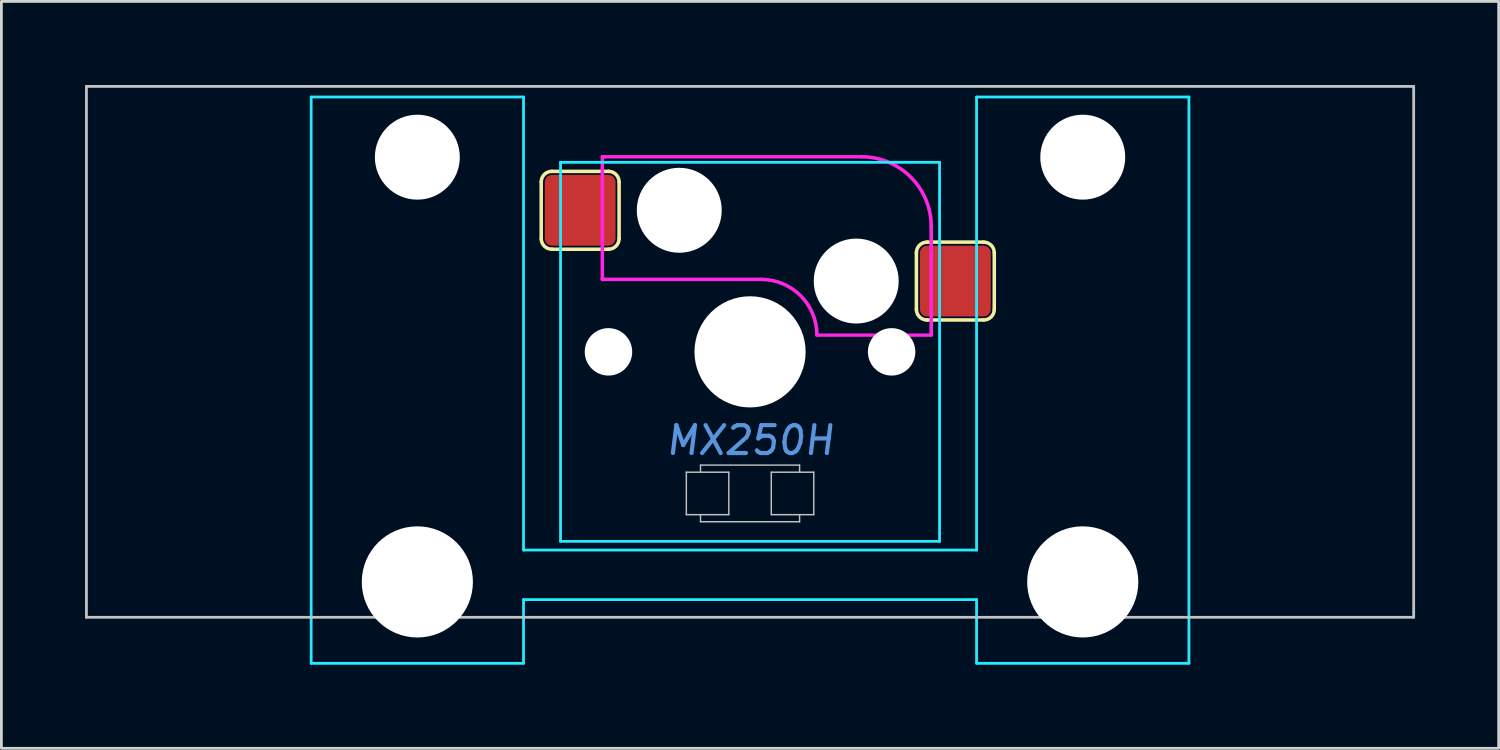
<source format=kicad_pcb>
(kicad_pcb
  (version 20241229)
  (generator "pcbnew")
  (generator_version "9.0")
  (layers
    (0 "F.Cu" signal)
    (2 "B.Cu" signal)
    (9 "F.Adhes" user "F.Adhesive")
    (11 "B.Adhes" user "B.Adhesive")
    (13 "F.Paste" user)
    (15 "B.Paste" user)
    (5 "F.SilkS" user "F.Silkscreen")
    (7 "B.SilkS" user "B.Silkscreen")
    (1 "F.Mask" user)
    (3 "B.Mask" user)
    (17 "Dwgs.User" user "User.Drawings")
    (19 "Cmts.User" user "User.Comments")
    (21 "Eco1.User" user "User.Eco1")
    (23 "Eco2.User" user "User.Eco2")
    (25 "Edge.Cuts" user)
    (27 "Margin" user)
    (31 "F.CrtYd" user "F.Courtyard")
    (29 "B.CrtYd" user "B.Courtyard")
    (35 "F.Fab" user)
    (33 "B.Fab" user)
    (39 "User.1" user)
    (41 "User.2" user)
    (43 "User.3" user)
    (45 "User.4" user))
  (footprint "MX250H"
    (layer "F.Cu")
    (at 23.863 9.575)
    (property "Reference" "MX250H" (at 0 3.175 0) (layer "Cmts.User") (effects (font (size 1 1) (thickness 0.15) (italic yes))))
    (attr smd)
    (fp_line (start -7.493 -6.096) (end -7.493 -4.064) (stroke (width 0.127) (type solid)) (layer "F.SilkS"))
    (fp_line (start -7.112 -3.683) (end -5.08 -3.683) (stroke (width 0.127) (type solid)) (layer "F.SilkS"))
    (fp_line (start -5.08 -6.477) (end -7.112 -6.477) (stroke (width 0.127) (type solid)) (layer "F.SilkS"))
    (fp_line (start -4.699 -4.064) (end -4.699 -6.096) (stroke (width 0.127) (type solid)) (layer "F.SilkS"))
    (fp_line (start 5.969 -3.556) (end 5.969 -1.524) (stroke (width 0.127) (type solid)) (layer "F.SilkS"))
    (fp_line (start 6.35 -1.143) (end 8.382 -1.143) (stroke (width 0.127) (type solid)) (layer "F.SilkS"))
    (fp_line (start 8.382 -3.937) (end 6.35 -3.937) (stroke (width 0.127) (type solid)) (layer "F.SilkS"))
    (fp_line (start 8.763 -1.524) (end 8.763 -3.556) (stroke (width 0.127) (type solid)) (layer "F.SilkS"))
    (fp_arc (start -7.493 -6.096) (mid -7.381408 -6.365408) (end -7.112 -6.477) (stroke (width 0.127) (type solid)) (layer "F.SilkS"))
    (fp_arc (start -7.112 -3.683) (mid -7.381408 -3.794592) (end -7.493 -4.064) (stroke (width 0.127) (type solid)) (layer "F.SilkS"))
    (fp_arc (start -5.08 -6.477) (mid -4.810592 -6.365408) (end -4.699 -6.096) (stroke (width 0.127) (type solid)) (layer "F.SilkS"))
    (fp_arc (start -4.699 -4.064) (mid -4.810592 -3.794592) (end -5.08 -3.683) (stroke (width 0.127) (type solid)) (layer "F.SilkS"))
    (fp_arc (start 5.969 -3.556) (mid 6.080592 -3.825408) (end 6.35 -3.937) (stroke (width 0.127) (type solid)) (layer "F.SilkS"))
    (fp_arc (start 6.35 -1.143) (mid 6.080592 -1.254592) (end 5.969 -1.524) (stroke (width 0.127) (type solid)) (layer "F.SilkS"))
    (fp_arc (start 8.382 -3.937) (mid 8.651408 -3.825408) (end 8.763 -3.556) (stroke (width 0.127) (type solid)) (layer "F.SilkS"))
    (fp_arc (start 8.763 -1.524) (mid 8.651408 -1.254592) (end 8.382 -1.143) (stroke (width 0.127) (type solid)) (layer "F.SilkS"))
    (fp_line (start -23.812 -9.525) (end -23.812 9.525) (stroke (width 0.1) (type solid)) (layer "Dwgs.User"))
    (fp_line (start -23.812 -9.525) (end 23.812 -9.525) (stroke (width 0.1) (type solid)) (layer "Dwgs.User"))
    (fp_line (start -23.812 9.525) (end 23.812 9.525) (stroke (width 0.1) (type solid)) (layer "Dwgs.User"))
    (fp_line (start -2.286 4.318) (end -0.762 4.318) (stroke (width 0.051) (type solid)) (layer "Dwgs.User"))
    (fp_line (start -2.286 5.842) (end -2.286 4.318) (stroke (width 0.051) (type solid)) (layer "Dwgs.User"))
    (fp_line (start -1.778 4.064) (end 1.778 4.064) (stroke (width 0.051) (type solid)) (layer "Dwgs.User"))
    (fp_line (start -1.778 4.318) (end -1.778 4.064) (stroke (width 0.051) (type solid)) (layer "Dwgs.User"))
    (fp_line (start -1.778 6.096) (end -1.778 5.842) (stroke (width 0.051) (type solid)) (layer "Dwgs.User"))
    (fp_line (start -0.762 4.318) (end -0.762 5.842) (stroke (width 0.051) (type solid)) (layer "Dwgs.User"))
    (fp_line (start -0.762 5.842) (end -2.286 5.842) (stroke (width 0.051) (type solid)) (layer "Dwgs.User"))
    (fp_line (start 0.762 4.318) (end 2.286 4.318) (stroke (width 0.051) (type solid)) (layer "Dwgs.User"))
    (fp_line (start 0.762 5.842) (end 0.762 4.318) (stroke (width 0.051) (type solid)) (layer "Dwgs.User"))
    (fp_line (start 1.778 4.064) (end 1.778 4.318) (stroke (width 0.051) (type solid)) (layer "Dwgs.User"))
    (fp_line (start 1.778 5.842) (end 1.778 6.096) (stroke (width 0.051) (type solid)) (layer "Dwgs.User"))
    (fp_line (start 1.778 6.096) (end -1.778 6.096) (stroke (width 0.051) (type solid)) (layer "Dwgs.User"))
    (fp_line (start 2.286 4.318) (end 2.286 5.842) (stroke (width 0.051) (type solid)) (layer "Dwgs.User"))
    (fp_line (start 2.286 5.842) (end 0.762 5.842) (stroke (width 0.051) (type solid)) (layer "Dwgs.User"))
    (fp_line (start 23.812 -9.525) (end 23.812 9.525) (stroke (width 0.1) (type solid)) (layer "Dwgs.User"))
    (fp_line (start -17.17 -0.889) (end -17.17 -2.921) (stroke (width 0.1) (type solid)) (layer "Eco1.User"))
    (fp_line (start -16.789 -3.302) (end -16.535 -3.302) (stroke (width 0.1) (type solid)) (layer "Eco1.User"))
    (fp_line (start -16.535 -0.508) (end -16.789 -0.508) (stroke (width 0.1) (type solid)) (layer "Eco1.User"))
    (fp_line (start -16.154 -3.683) (end -16.154 -5.309) (stroke (width 0.1) (type solid)) (layer "Eco1.User"))
    (fp_line (start -16.154 6.223) (end -16.154 -0.127) (stroke (width 0.1) (type solid)) (layer "Eco1.User"))
    (fp_line (start -15.773 -5.69) (end -9.881 -5.69) (stroke (width 0.1) (type solid)) (layer "Eco1.User"))
    (fp_line (start -14.732 6.604) (end -15.773 6.604) (stroke (width 0.1) (type solid)) (layer "Eco1.User"))
    (fp_line (start -14.351 7.391) (end -14.351 6.985) (stroke (width 0.1) (type solid)) (layer "Eco1.User"))
    (fp_line (start -11.684 7.772) (end -13.97 7.772) (stroke (width 0.1) (type solid)) (layer "Eco1.User"))
    (fp_line (start -11.303 6.985) (end -11.303 7.391) (stroke (width 0.1) (type solid)) (layer "Eco1.User"))
    (fp_line (start -9.881 6.604) (end -10.922 6.604) (stroke (width 0.1) (type solid)) (layer "Eco1.User"))
    (fp_line (start -9.5 -5.309) (end -9.5 -5.258) (stroke (width 0.1) (type solid)) (layer "Eco1.User"))
    (fp_line (start -9.5 6.198) (end -9.5 6.223) (stroke (width 0.1) (type solid)) (layer "Eco1.User"))
    (fp_line (start -9.119 -4.877) (end -7.366 -4.877) (stroke (width 0.1) (type solid)) (layer "Eco1.User"))
    (fp_line (start -7.366 5.817) (end -9.119 5.817) (stroke (width 0.1) (type solid)) (layer "Eco1.User"))
    (fp_line (start -6.985 -5.258) (end -6.985 -6.604) (stroke (width 0.1) (type solid)) (layer "Eco1.User"))
    (fp_line (start -6.985 6.604) (end -6.985 6.197) (stroke (width 0.1) (type solid)) (layer "Eco1.User"))
    (fp_line (start -6.604 -6.985) (end 6.604 -6.985) (stroke (width 0.1) (type solid)) (layer "Eco1.User"))
    (fp_line (start 0 -2.159) (end 0 2.159) (stroke (width 0.1) (type solid)) (layer "Eco1.User"))
    (fp_line (start 2.159 0) (end -2.159 0) (stroke (width 0.1) (type solid)) (layer "Eco1.User"))
    (fp_line (start 6.604 6.985) (end -6.604 6.985) (stroke (width 0.1) (type solid)) (layer "Eco1.User"))
    (fp_line (start 6.985 -5.258) (end 6.985 -6.604) (stroke (width 0.1) (type solid)) (layer "Eco1.User"))
    (fp_line (start 6.985 6.604) (end 6.985 6.197) (stroke (width 0.1) (type solid)) (layer "Eco1.User"))
    (fp_line (start 7.366 5.817) (end 9.119 5.817) (stroke (width 0.1) (type solid)) (layer "Eco1.User"))
    (fp_line (start 9.119 -4.877) (end 7.366 -4.877) (stroke (width 0.1) (type solid)) (layer "Eco1.User"))
    (fp_line (start 9.5 -5.309) (end 9.5 -5.258) (stroke (width 0.1) (type solid)) (layer "Eco1.User"))
    (fp_line (start 9.5 6.198) (end 9.5 6.223) (stroke (width 0.1) (type solid)) (layer "Eco1.User"))
    (fp_line (start 9.881 6.604) (end 10.922 6.604) (stroke (width 0.1) (type solid)) (layer "Eco1.User"))
    (fp_line (start 11.303 6.985) (end 11.303 7.391) (stroke (width 0.1) (type solid)) (layer "Eco1.User"))
    (fp_line (start 11.684 7.772) (end 13.97 7.772) (stroke (width 0.1) (type solid)) (layer "Eco1.User"))
    (fp_line (start 14.351 7.391) (end 14.351 6.985) (stroke (width 0.1) (type solid)) (layer "Eco1.User"))
    (fp_line (start 14.732 6.604) (end 15.773 6.604) (stroke (width 0.1) (type solid)) (layer "Eco1.User"))
    (fp_line (start 15.773 -5.69) (end 9.881 -5.69) (stroke (width 0.1) (type solid)) (layer "Eco1.User"))
    (fp_line (start 16.154 -3.683) (end 16.154 -5.309) (stroke (width 0.1) (type solid)) (layer "Eco1.User"))
    (fp_line (start 16.154 6.223) (end 16.154 -0.127) (stroke (width 0.1) (type solid)) (layer "Eco1.User"))
    (fp_line (start 16.535 -0.508) (end 16.789 -0.508) (stroke (width 0.1) (type solid)) (layer "Eco1.User"))
    (fp_line (start 16.789 -3.302) (end 16.535 -3.302) (stroke (width 0.1) (type solid)) (layer "Eco1.User"))
    (fp_line (start 17.17 -0.889) (end 17.17 -2.921) (stroke (width 0.1) (type solid)) (layer "Eco1.User"))
    (fp_arc (start -17.1704 -2.921) (mid -17.058808 -3.190408) (end -16.7894 -3.302) (stroke (width 0.1) (type solid)) (layer "Eco1.User"))
    (fp_arc (start -16.7894 -0.508) (mid -17.058808 -0.619592) (end -17.1704 -0.889) (stroke (width 0.1) (type solid)) (layer "Eco1.User"))
    (fp_arc (start -16.5354 -0.508) (mid -16.265992 -0.396408) (end -16.1544 -0.127) (stroke (width 0.1) (type solid)) (layer "Eco1.User"))
    (fp_arc (start -16.1544 -5.3086) (mid -16.042808 -5.578008) (end -15.7734 -5.6896) (stroke (width 0.1) (type solid)) (layer "Eco1.User"))
    (fp_arc (start -16.1544 -3.683) (mid -16.265992 -3.413592) (end -16.5354 -3.302) (stroke (width 0.1) (type solid)) (layer "Eco1.User"))
    (fp_arc (start -15.7734 6.604) (mid -16.042808 6.492408) (end -16.1544 6.223) (stroke (width 0.1) (type solid)) (layer "Eco1.User"))
    (fp_arc (start -14.732 6.604) (mid -14.462592 6.715592) (end -14.351 6.985) (stroke (width 0.1) (type solid)) (layer "Eco1.User"))
    (fp_arc (start -13.97 7.7724) (mid -14.239408 7.660808) (end -14.351 7.3914) (stroke (width 0.1) (type solid)) (layer "Eco1.User"))
    (fp_arc (start -11.303 6.985) (mid -11.191408 6.715592) (end -10.922 6.604) (stroke (width 0.1) (type solid)) (layer "Eco1.User"))
    (fp_arc (start -11.303 7.3914) (mid -11.414592 7.660808) (end -11.684 7.7724) (stroke (width 0.1) (type solid)) (layer "Eco1.User"))
    (fp_arc (start -9.8806 -5.6896) (mid -9.611192 -5.578008) (end -9.4996 -5.3086) (stroke (width 0.1) (type solid)) (layer "Eco1.User"))
    (fp_arc (start -9.4996 6.1976) (mid -9.388008 5.928192) (end -9.1186 5.8166) (stroke (width 0.1) (type solid)) (layer "Eco1.User"))
    (fp_arc (start -9.4996 6.223) (mid -9.611192 6.492408) (end -9.8806 6.604) (stroke (width 0.1) (type solid)) (layer "Eco1.User"))
    (fp_arc (start -9.1186 -4.8768) (mid -9.388008 -4.988392) (end -9.4996 -5.2578) (stroke (width 0.1) (type solid)) (layer "Eco1.User"))
    (fp_arc (start -7.366 5.8166) (mid -7.096592 5.928192) (end -6.985 6.1976) (stroke (width 0.1) (type solid)) (layer "Eco1.User"))
    (fp_arc (start -6.985 -6.604) (mid -6.873408 -6.873408) (end -6.604 -6.985) (stroke (width 0.1) (type solid)) (layer "Eco1.User"))
    (fp_arc (start -6.985 -5.2578) (mid -7.096592 -4.988392) (end -7.366 -4.8768) (stroke (width 0.1) (type solid)) (layer "Eco1.User"))
    (fp_arc (start -6.604 6.985) (mid -6.873408 6.873408) (end -6.985 6.604) (stroke (width 0.1) (type solid)) (layer "Eco1.User"))
    (fp_arc (start 6.604 -6.985) (mid 6.873408 -6.873408) (end 6.985 -6.604) (stroke (width 0.1) (type solid)) (layer "Eco1.User"))
    (fp_arc (start 6.985 6.1976) (mid 7.096592 5.928192) (end 7.366 5.8166) (stroke (width 0.1) (type solid)) (layer "Eco1.User"))
    (fp_arc (start 6.985 6.604) (mid 6.873408 6.873408) (end 6.604 6.985) (stroke (width 0.1) (type solid)) (layer "Eco1.User"))
    (fp_arc (start 7.366 -4.8768) (mid 7.096592 -4.988392) (end 6.985 -5.2578) (stroke (width 0.1) (type solid)) (layer "Eco1.User"))
    (fp_arc (start 9.1186 5.8166) (mid 9.388008 5.928192) (end 9.4996 6.1976) (stroke (width 0.1) (type solid)) (layer "Eco1.User"))
    (fp_arc (start 9.4996 -5.3086) (mid 9.611192 -5.578008) (end 9.8806 -5.6896) (stroke (width 0.1) (type solid)) (layer "Eco1.User"))
    (fp_arc (start 9.4996 -5.2578) (mid 9.388008 -4.988392) (end 9.1186 -4.8768) (stroke (width 0.1) (type solid)) (layer "Eco1.User"))
    (fp_arc (start 9.8806 6.604) (mid 9.611192 6.492408) (end 9.4996 6.223) (stroke (width 0.1) (type solid)) (layer "Eco1.User"))
    (fp_arc (start 10.922 6.604) (mid 11.191408 6.715592) (end 11.303 6.985) (stroke (width 0.1) (type solid)) (layer "Eco1.User"))
    (fp_arc (start 11.684 7.7724) (mid 11.414592 7.660808) (end 11.303 7.3914) (stroke (width 0.1) (type solid)) (layer "Eco1.User"))
    (fp_arc (start 14.351 6.985) (mid 14.462592 6.715592) (end 14.732 6.604) (stroke (width 0.1) (type solid)) (layer "Eco1.User"))
    (fp_arc (start 14.351 7.3914) (mid 14.239408 7.660808) (end 13.97 7.7724) (stroke (width 0.1) (type solid)) (layer "Eco1.User"))
    (fp_arc (start 15.7734 -5.6896) (mid 16.042808 -5.578008) (end 16.1544 -5.3086) (stroke (width 0.1) (type solid)) (layer "Eco1.User"))
    (fp_arc (start 16.1544 -0.127) (mid 16.265992 -0.396408) (end 16.5354 -0.508) (stroke (width 0.1) (type solid)) (layer "Eco1.User"))
    (fp_arc (start 16.1544 6.223) (mid 16.042808 6.492408) (end 15.7734 6.604) (stroke (width 0.1) (type solid)) (layer "Eco1.User"))
    (fp_arc (start 16.5354 -3.302) (mid 16.265992 -3.413592) (end 16.1544 -3.683) (stroke (width 0.1) (type solid)) (layer "Eco1.User"))
    (fp_arc (start 16.7894 -3.302) (mid 17.058808 -3.190408) (end 17.1704 -2.921) (stroke (width 0.1) (type solid)) (layer "Eco1.User"))
    (fp_arc (start 17.1704 -0.889) (mid 17.058808 -0.619592) (end 16.7894 -0.508) (stroke (width 0.1) (type solid)) (layer "Eco1.User"))
    (fp_circle (center 0 0) (end 1.994 0) (stroke (width 0.1) (type solid)) (fill no) (layer "Eco1.User"))
    (fp_line (start -15.748 -9.144) (end -15.748 11.176) (stroke (width 0.1) (type solid)) (layer "B.CrtYd"))
    (fp_line (start -15.748 11.176) (end -8.128 11.176) (stroke (width 0.1) (type solid)) (layer "B.CrtYd"))
    (fp_line (start -8.128 -9.144) (end -15.748 -9.144) (stroke (width 0.1) (type solid)) (layer "B.CrtYd"))
    (fp_line (start -8.128 7.112) (end -8.128 -9.144) (stroke (width 0.1) (type solid)) (layer "B.CrtYd"))
    (fp_line (start -8.128 7.112) (end 8.128 7.112) (stroke (width 0.1) (type solid)) (layer "B.CrtYd"))
    (fp_line (start -8.128 8.89) (end -8.128 11.176) (stroke (width 0.1) (type solid)) (layer "B.CrtYd"))
    (fp_line (start -8.128 8.89) (end 8.128 8.89) (stroke (width 0.1) (type solid)) (layer "B.CrtYd"))
    (fp_line (start -6.8 -6.8) (end -6.8 6.8) (stroke (width 0.1) (type solid)) (layer "B.CrtYd"))
    (fp_line (start 6.8 -6.8) (end -6.8 -6.8) (stroke (width 0.1) (type solid)) (layer "B.CrtYd"))
    (fp_line (start 6.8 -6.8) (end 6.8 6.8) (stroke (width 0.1) (type solid)) (layer "B.CrtYd"))
    (fp_line (start 6.8 6.8) (end -6.8 6.8) (stroke (width 0.1) (type solid)) (layer "B.CrtYd"))
    (fp_line (start 8.128 -9.144) (end 15.748 -9.144) (stroke (width 0.1) (type solid)) (layer "B.CrtYd"))
    (fp_line (start 8.128 7.112) (end 8.128 -9.142) (stroke (width 0.1) (type solid)) (layer "B.CrtYd"))
    (fp_line (start 8.128 8.89) (end 8.128 11.176) (stroke (width 0.1) (type solid)) (layer "B.CrtYd"))
    (fp_line (start 15.748 11.176) (end 8.128 11.176) (stroke (width 0.1) (type solid)) (layer "B.CrtYd"))
    (fp_line (start 15.748 11.176) (end 15.748 -9.144) (stroke (width 0.1) (type solid)) (layer "B.CrtYd"))
    (fp_line (start -5.3 -7) (end -5.3 -2.6) (stroke (width 0.127) (type solid)) (layer "F.CrtYd"))
    (fp_line (start -5.2 -7) (end -5.3 -7) (stroke (width 0.12) (type solid)) (layer "F.CrtYd"))
    (fp_line (start 0.4 -2.6) (end -5.3 -2.6) (stroke (width 0.127) (type solid)) (layer "F.CrtYd"))
    (fp_line (start 4 -7) (end -5.2 -7) (stroke (width 0.12) (type solid)) (layer "F.CrtYd"))
    (fp_line (start 6.5 -4.5) (end 6.5 -0.6) (stroke (width 0.127) (type solid)) (layer "F.CrtYd"))
    (fp_line (start 6.5 -0.6) (end 2.4 -0.6) (stroke (width 0.12) (type solid)) (layer "F.CrtYd"))
    (fp_arc (start 0.4 -2.6) (mid 1.814214 -2.014214) (end 2.4 -0.6) (stroke (width 0.127) (type solid)) (layer "F.CrtYd"))
    (fp_arc (start 4 -7) (mid 5.767767 -6.267767) (end 6.5 -4.5) (stroke (width 0.127) (type solid)) (layer "F.CrtYd"))
    (pad "" np_thru_hole circle (at -11.938 -6.985) (size 3.048 3.048) (drill 3.048) (layers "*.Cu" "*.Mask"))
    (pad "" np_thru_hole circle (at -11.938 8.255) (size 3.988 3.988) (drill 3.988) (layers "*.Cu" "*.Mask"))
    (pad "" np_thru_hole circle (at -5.08 0) (size 1.702 1.702) (drill 1.702) (layers "*.Cu" "*.Mask"))
    (pad "" np_thru_hole circle (at -2.54 -5.08) (size 3.048 3.048) (drill 3.048) (layers "*.Cu" "*.Mask"))
    (pad "" np_thru_hole circle (at 0 0) (size 3.988 3.988) (drill 3.988) (layers "*.Cu" "*.Mask"))
    (pad "" np_thru_hole circle (at 3.81 -2.54) (size 3.048 3.048) (drill 3.048) (layers "*.Cu" "*.Mask"))
    (pad "" np_thru_hole circle (at 5.08 0) (size 1.702 1.702) (drill 1.702) (layers "*.Cu" "*.Mask"))
    (pad "" np_thru_hole circle (at 11.938 -6.985) (size 3.048 3.048) (drill 3.048) (layers "*.Cu" "*.Mask"))
    (pad "" np_thru_hole circle (at 11.938 8.255) (size 3.988 3.988) (drill 3.988) (layers "*.Cu" "*.Mask"))
    (pad "1" smd roundrect (at -6.096 -5.08) (size 2.54 2.54) (layers "F.Cu" "F.Mask") (roundrect_rratio 0.1))
    (pad "2" smd roundrect (at 7.366 -2.54) (size 2.54 2.54) (layers "F.Cu" "F.Mask") (roundrect_rratio 0.1)))
  (gr_rect
    (start -3 -3)
    (end 50.725 23.801)
    (stroke (width 0.1) (type default))
    (fill no)
    (layer "Edge.Cuts")))
</source>
